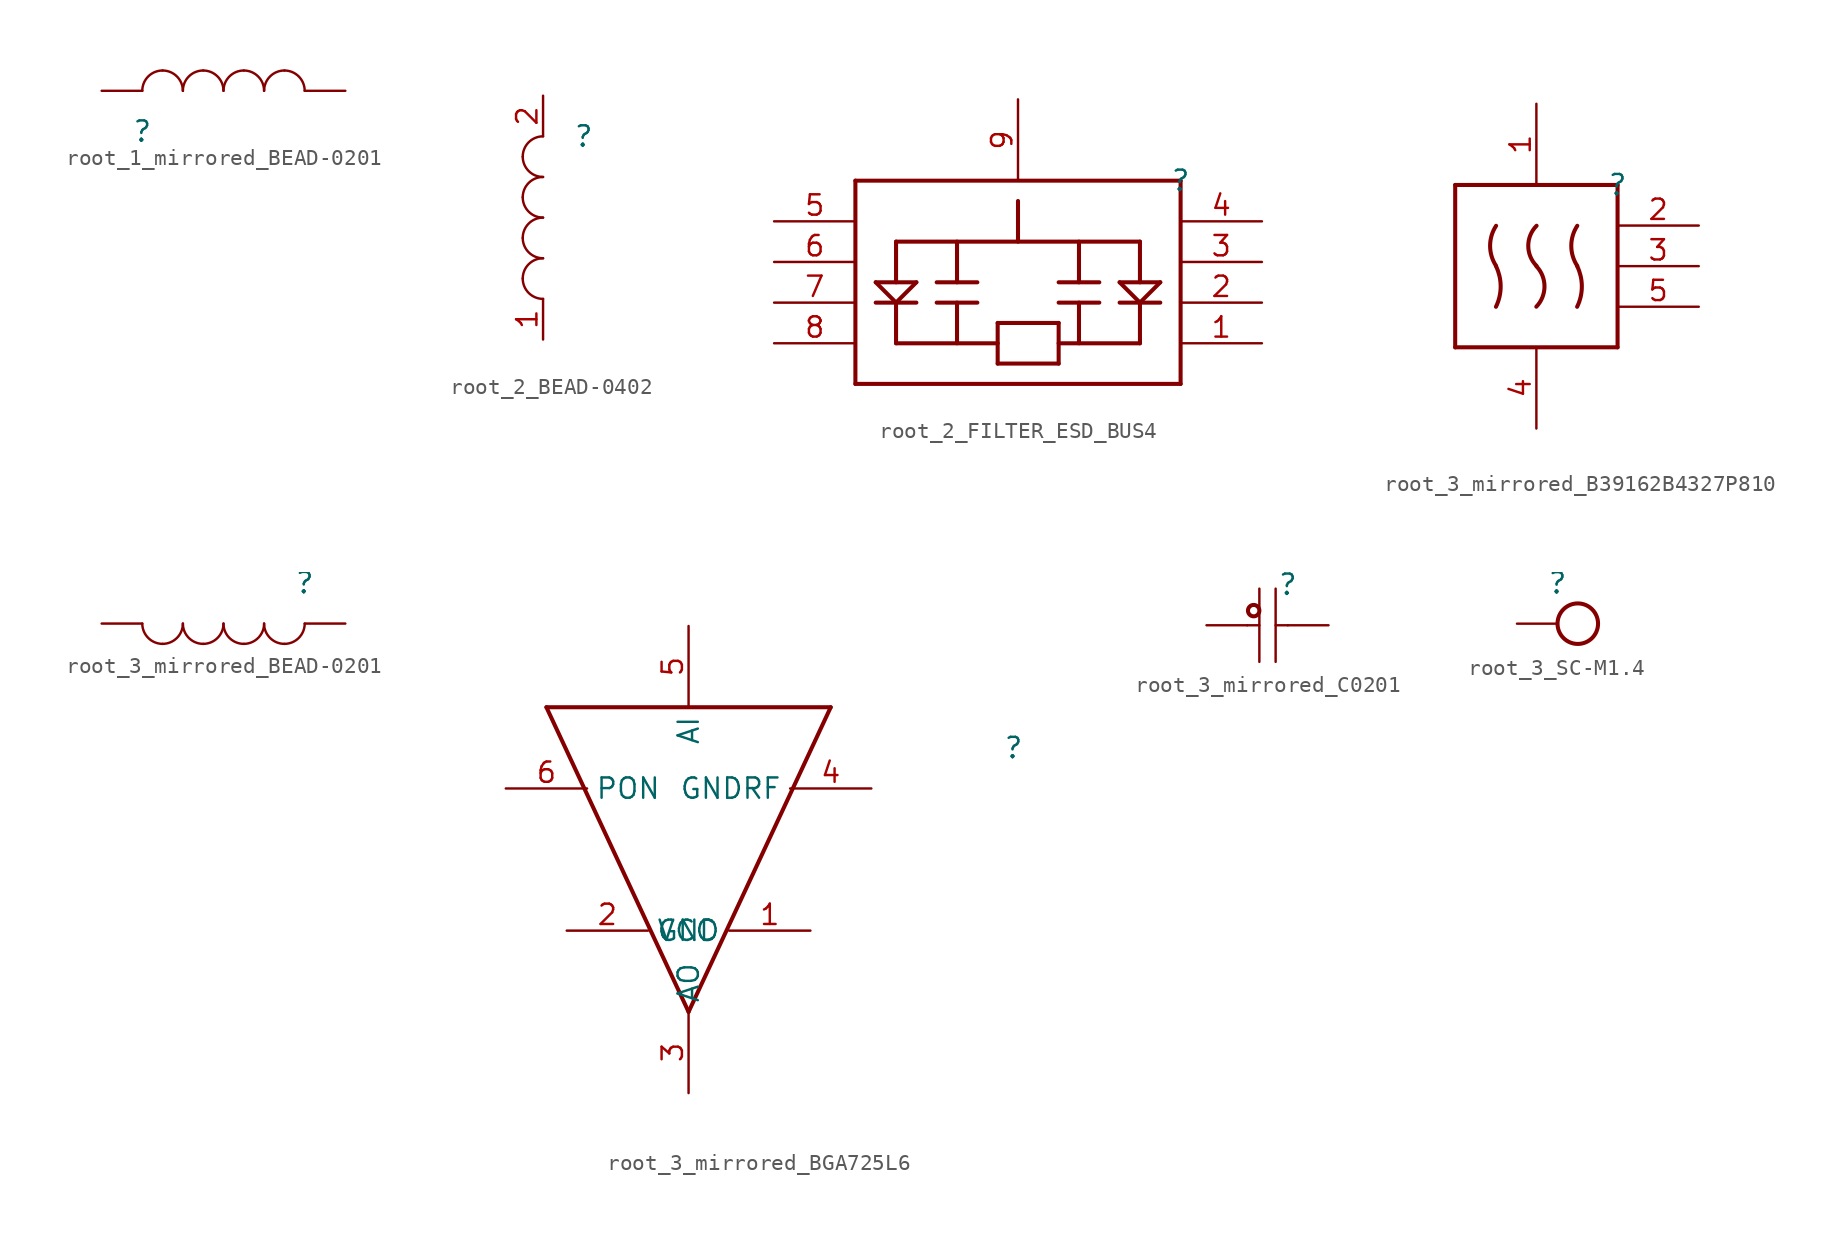
<source format=kicad_sym>
(kicad_symbol_lib
  (version 20220914)
  (generator kicad_symbol_editor)
  (symbol "root_1_mirrored_BEAD-0201"
    (property "Reference" ""
      (at 0 0 0)
      (effects (font (size 1.27 1.27))))
    (property "Value" ""
      (at 0 0 0)
      (effects (font (size 1.27 1.27))))
    (symbol "root_1_mirrored_BEAD-0201_1_0"
      (arc (start 1.27 3.81) (mid 0.372 3.438) (end 0 2.54) (stroke (width 0) (type solid)) (fill (type none)))
      (arc (start 2.54 2.54) (mid 2.168 3.438) (end 1.27 3.81) (stroke (width 0) (type solid)) (fill (type none)))
      (arc (start 3.81 3.81) (mid 2.912 3.438) (end 2.54 2.54) (stroke (width 0) (type solid)) (fill (type none)))
      (arc (start 5.08 2.54) (mid 4.708 3.438) (end 3.81 3.81) (stroke (width 0) (type solid)) (fill (type none)))
      (arc (start 6.35 3.81) (mid 5.452 3.438) (end 5.08 2.54) (stroke (width 0) (type solid)) (fill (type none)))
      (arc (start 7.62 2.54) (mid 7.248 3.438) (end 6.35 3.81) (stroke (width 0) (type solid)) (fill (type none)))
      (arc (start 8.89 3.81) (mid 7.992 3.438) (end 7.62 2.54) (stroke (width 0) (type solid)) (fill (type none)))
      (arc (start 10.16 2.54) (mid 9.788 3.438) (end 8.89 3.81) (stroke (width 0) (type solid)) (fill (type none)))
      (pin passive line (at 12.7 2.54 180) (length 2.54) (name "1" (effects (font (size 0 0)))) (number "1" (effects (font (size 0 0)))))
      (pin passive line (at -2.54 2.54 0) (length 2.54) (name "2" (effects (font (size 0 0)))) (number "2" (effects (font (size 0 0)))))))
  (symbol "root_2_BEAD-0402"
    (property "Reference" ""
      (at 0 0 0)
      (effects (font (size 1.27 1.27))))
    (property "Value" ""
      (at 0 0 0)
      (effects (font (size 1.27 1.27))))
    (symbol "root_2_BEAD-0402_1_0"
      (arc (start -3.81 -8.89) (mid -3.438 -9.788) (end -2.54 -10.16) (stroke (width 0) (type solid)) (fill (type none)))
      (arc (start -3.81 -6.35) (mid -3.438 -7.248) (end -2.54 -7.62) (stroke (width 0) (type solid)) (fill (type none)))
      (arc (start -3.81 -3.81) (mid -3.438 -4.708) (end -2.54 -5.08) (stroke (width 0) (type solid)) (fill (type none)))
      (arc (start -3.81 -1.27) (mid -3.438 -2.168) (end -2.54 -2.54) (stroke (width 0) (type solid)) (fill (type none)))
      (arc (start -2.54 -7.62) (mid -3.438 -7.992) (end -3.81 -8.89) (stroke (width 0) (type solid)) (fill (type none)))
      (arc (start -2.54 -5.08) (mid -3.438 -5.452) (end -3.81 -6.35) (stroke (width 0) (type solid)) (fill (type none)))
      (arc (start -2.54 -2.54) (mid -3.438 -2.912) (end -3.81 -3.81) (stroke (width 0) (type solid)) (fill (type none)))
      (arc (start -2.54 0) (mid -3.438 -0.372) (end -3.81 -1.27) (stroke (width 0) (type solid)) (fill (type none)))
      (pin passive line (at -2.54 -12.7 90) (length 2.54) (name "1" (effects (font (size 0 0)))) (number "1" (effects (font (size 1.27 1.27)))))
      (pin passive line (at -2.54 2.54 270) (length 2.54) (name "2" (effects (font (size 0 0)))) (number "2" (effects (font (size 1.27 1.27)))))))
  (symbol "root_2_FILTER_ESD_BUS4"
    (property "Reference" ""
      (at 0 0 0)
      (effects (font (size 1.27 1.27))))
    (property "Value" ""
      (at 0 0 0)
      (effects (font (size 1.27 1.27))))
    (symbol "root_2_FILTER_ESD_BUS4_1_0"
      (polyline (pts (xy -20.32 -12.7) (xy 0 -12.7)) (stroke (width 0.254) (type solid)) (fill (type none)))
      (polyline (pts (xy -20.32 0) (xy -20.32 -12.7)) (stroke (width 0.254) (type solid)) (fill (type none)))
      (polyline (pts (xy -19.05 -6.35) (xy -17.78 -7.62)) (stroke (width 0.254) (type solid)) (fill (type none)))
      (polyline (pts (xy -17.78 -10.16) (xy -17.78 -7.62)) (stroke (width 0.254) (type solid)) (fill (type none)))
      (polyline (pts (xy -17.78 -7.62) (xy -16.51 -6.35)) (stroke (width 0.254) (type solid)) (fill (type none)))
      (polyline (pts (xy -17.78 -3.81) (xy -17.78 -6.35)) (stroke (width 0.254) (type solid)) (fill (type none)))
      (polyline (pts (xy -16.51 -7.62) (xy -19.05 -7.62)) (stroke (width 0.254) (type solid)) (fill (type none)))
      (polyline (pts (xy -16.51 -6.35) (xy -19.05 -6.35)) (stroke (width 0.254) (type solid)) (fill (type none)))
      (polyline (pts (xy -13.97 -7.62) (xy -13.97 -10.16)) (stroke (width 0.254) (type solid)) (fill (type none)))
      (polyline (pts (xy -13.97 -6.35) (xy -13.97 -3.81)) (stroke (width 0.254) (type solid)) (fill (type none)))
      (polyline (pts (xy -12.7 -7.62) (xy -15.24 -7.62)) (stroke (width 0.254) (type solid)) (fill (type none)))
      (polyline (pts (xy -12.7 -6.35) (xy -15.24 -6.35)) (stroke (width 0.254) (type solid)) (fill (type none)))
      (polyline (pts (xy -11.43 -11.43) (xy -7.62 -11.43)) (stroke (width 0.254) (type solid)) (fill (type none)))
      (polyline (pts (xy -11.43 -10.16) (xy -17.78 -10.16)) (stroke (width 0.254) (type solid)) (fill (type none)))
      (polyline (pts (xy -11.43 -8.89) (xy -11.43 -11.43)) (stroke (width 0.254) (type solid)) (fill (type none)))
      (polyline (pts (xy -10.16 -3.81) (xy -10.16 -1.27)) (stroke (width 0.254) (type solid)) (fill (type none)))
      (polyline (pts (xy -7.62 -11.43) (xy -7.62 -8.89)) (stroke (width 0.254) (type solid)) (fill (type none)))
      (polyline (pts (xy -7.62 -8.89) (xy -11.43 -8.89)) (stroke (width 0.254) (type solid)) (fill (type none)))
      (polyline (pts (xy -6.35 -7.62) (xy -6.35 -10.16)) (stroke (width 0.254) (type solid)) (fill (type none)))
      (polyline (pts (xy -6.35 -6.35) (xy -6.35 -3.81)) (stroke (width 0.254) (type solid)) (fill (type none)))
      (polyline (pts (xy -5.08 -7.62) (xy -7.62 -7.62)) (stroke (width 0.254) (type solid)) (fill (type none)))
      (polyline (pts (xy -5.08 -6.35) (xy -7.62 -6.35)) (stroke (width 0.254) (type solid)) (fill (type none)))
      (polyline (pts (xy -3.81 -7.62) (xy -1.27 -7.62)) (stroke (width 0.254) (type solid)) (fill (type none)))
      (polyline (pts (xy -3.81 -6.35) (xy -2.54 -7.62)) (stroke (width 0.254) (type solid)) (fill (type none)))
      (polyline (pts (xy -2.54 -10.16) (xy -7.62 -10.16)) (stroke (width 0.254) (type solid)) (fill (type none)))
      (polyline (pts (xy -2.54 -7.62) (xy -2.54 -10.16)) (stroke (width 0.254) (type solid)) (fill (type none)))
      (polyline (pts (xy -2.54 -7.62) (xy -1.27 -6.35)) (stroke (width 0.254) (type solid)) (fill (type none)))
      (polyline (pts (xy -2.54 -6.35) (xy -2.54 -3.81)) (stroke (width 0.254) (type solid)) (fill (type none)))
      (polyline (pts (xy -2.54 -3.81) (xy -17.78 -3.81)) (stroke (width 0.254) (type solid)) (fill (type none)))
      (polyline (pts (xy -1.27 -6.35) (xy -3.81 -6.35)) (stroke (width 0.254) (type solid)) (fill (type none)))
      (polyline (pts (xy 0 -12.7) (xy 0 0)) (stroke (width 0.254) (type solid)) (fill (type none)))
      (polyline (pts (xy 0 0) (xy -20.32 0)) (stroke (width 0.254) (type solid)) (fill (type none)))
      (pin passive line (at 5.08 -10.16 180) (length 5.08) (name "1" (effects (font (size 0 0)))) (number "1" (effects (font (size 1.27 1.27)))))
      (pin passive line (at 5.08 -7.62 180) (length 5.08) (name "2" (effects (font (size 0 0)))) (number "2" (effects (font (size 1.27 1.27)))))
      (pin passive line (at 5.08 -5.08 180) (length 5.08) (name "3" (effects (font (size 0 0)))) (number "3" (effects (font (size 1.27 1.27)))))
      (pin passive line (at 5.08 -2.54 180) (length 5.08) (name "4" (effects (font (size 0 0)))) (number "4" (effects (font (size 1.27 1.27)))))
      (pin passive line (at -25.4 -2.54 0) (length 5.08) (name "5" (effects (font (size 0 0)))) (number "5" (effects (font (size 1.27 1.27)))))
      (pin passive line (at -25.4 -5.08 0) (length 5.08) (name "6" (effects (font (size 0 0)))) (number "6" (effects (font (size 1.27 1.27)))))
      (pin passive line (at -25.4 -7.62 0) (length 5.08) (name "7" (effects (font (size 0 0)))) (number "7" (effects (font (size 1.27 1.27)))))
      (pin passive line (at -25.4 -10.16 0) (length 5.08) (name "8" (effects (font (size 0 0)))) (number "8" (effects (font (size 1.27 1.27)))))
      (pin passive line (at -10.16 5.08 270) (length 5.08) (name "9" (effects (font (size 0 0)))) (number "9" (effects (font (size 1.27 1.27)))))))
  (symbol "root_3_mirrored_B39162B4327P810"
    (property "Reference" ""
      (at 0 0 0)
      (effects (font (size 1.27 1.27))))
    (property "Value" ""
      (at 0 0 0)
      (effects (font (size 1.27 1.27))))
    (symbol "root_3_mirrored_B39162B4327P810_1_0"
      (arc (start -7.6103 -7.6241) (mid -7.315 -6.35) (end -7.6103 -5.0759) (stroke (width 0.254) (type solid)) (fill (type none)))
      (arc (start -7.6007 -2.5549) (mid -7.9761 -3.81) (end -7.6007 -5.0651) (stroke (width 0.254) (type solid)) (fill (type none)))
      (arc (start -5.0831 -7.6182) (mid -4.572 -6.35) (end -5.0831 -5.0818) (stroke (width 0.254) (type solid)) (fill (type none)))
      (arc (start -5.0672 -2.5528) (mid -5.5879 -3.81) (end -5.0672 -5.0672) (stroke (width 0.254) (type solid)) (fill (type none)))
      (arc (start -2.5303 -7.6241) (mid -2.235 -6.35) (end -2.5303 -5.0759) (stroke (width 0.254) (type solid)) (fill (type none)))
      (arc (start -2.5207 -2.5549) (mid -2.8961 -3.81) (end -2.5207 -5.0651) (stroke (width 0.254) (type solid)) (fill (type none)))
      (polyline (pts (xy -10.16 -10.16) (xy -10.16 0)) (stroke (width 0.254) (type solid)) (fill (type none)))
      (polyline (pts (xy -10.16 0) (xy 0 0)) (stroke (width 0.254) (type solid)) (fill (type none)))
      (polyline (pts (xy 0 -10.16) (xy -10.16 -10.16)) (stroke (width 0.254) (type solid)) (fill (type none)))
      (polyline (pts (xy 0 0) (xy 0 -10.16)) (stroke (width 0.254) (type solid)) (fill (type none)))
      (pin passive line (at -5.08 5.08 270) (length 5.08) (name "1" (effects (font (size 0 0)))) (number "1" (effects (font (size 1.27 1.27)))))
      (pin passive line (at 5.08 -2.54 180) (length 5.08) (name "2" (effects (font (size 0 0)))) (number "2" (effects (font (size 1.27 1.27)))))
      (pin passive line (at 5.08 -5.08 180) (length 5.08) (name "3" (effects (font (size 0 0)))) (number "3" (effects (font (size 1.27 1.27)))))
      (pin passive line (at -5.08 -15.24 90) (length 5.08) (name "4" (effects (font (size 0 0)))) (number "4" (effects (font (size 1.27 1.27)))))
      (pin passive line (at 5.08 -7.62 180) (length 5.08) (name "5" (effects (font (size 0 0)))) (number "5" (effects (font (size 1.27 1.27)))))))
  (symbol "root_3_mirrored_BEAD-0201"
    (property "Reference" ""
      (at 0 0 0)
      (effects (font (size 1.27 1.27))))
    (property "Value" ""
      (at 0 0 0)
      (effects (font (size 1.27 1.27))))
    (symbol "root_3_mirrored_BEAD-0201_1_0"
      (arc (start -10.16 -2.54) (mid -9.788 -3.438) (end -8.89 -3.81) (stroke (width 0) (type solid)) (fill (type none)))
      (arc (start -8.89 -3.81) (mid -7.992 -3.438) (end -7.62 -2.54) (stroke (width 0) (type solid)) (fill (type none)))
      (arc (start -7.62 -2.54) (mid -7.248 -3.438) (end -6.35 -3.81) (stroke (width 0) (type solid)) (fill (type none)))
      (arc (start -6.35 -3.81) (mid -5.452 -3.438) (end -5.08 -2.54) (stroke (width 0) (type solid)) (fill (type none)))
      (arc (start -5.08 -2.54) (mid -4.708 -3.438) (end -3.81 -3.81) (stroke (width 0) (type solid)) (fill (type none)))
      (arc (start -3.81 -3.81) (mid -2.912 -3.438) (end -2.54 -2.54) (stroke (width 0) (type solid)) (fill (type none)))
      (arc (start -2.54 -2.54) (mid -2.168 -3.438) (end -1.27 -3.81) (stroke (width 0) (type solid)) (fill (type none)))
      (arc (start -1.27 -3.81) (mid -0.372 -3.438) (end 0 -2.54) (stroke (width 0) (type solid)) (fill (type none)))
      (pin passive line (at -12.7 -2.54 0) (length 2.54) (name "1" (effects (font (size 0 0)))) (number "1" (effects (font (size 0 0)))))
      (pin passive line (at 2.54 -2.54 180) (length 2.54) (name "2" (effects (font (size 0 0)))) (number "2" (effects (font (size 0 0)))))))
  (symbol "root_3_mirrored_BGA725L6"
    (property "Reference" ""
      (at 0 0 0)
      (effects (font (size 1.27 1.27))))
    (property "Value" ""
      (at 0 0 0)
      (effects (font (size 1.27 1.27))))
    (symbol "root_3_mirrored_BGA725L6_1_0"
      (polyline (pts (xy -29.21 2.54) (xy -11.43 2.54)) (stroke (width 0.254) (type solid)) (fill (type none)))
      (polyline (pts (xy -20.32 -16.51) (xy -29.21 2.54)) (stroke (width 0.254) (type solid)) (fill (type none)))
      (polyline (pts (xy -11.43 2.54) (xy -20.32 -16.51)) (stroke (width 0.254) (type solid)) (fill (type none)))
      (pin passive line (at -12.7 -11.43 180) (length 5.08) (name "GND" (effects (font (size 1.27 1.27)))) (number "1" (effects (font (size 1.27 1.27)))))
      (pin passive line (at -27.94 -11.43 0) (length 5.08) (name "VCC" (effects (font (size 1.27 1.27)))) (number "2" (effects (font (size 1.27 1.27)))))
      (pin passive line (at -20.32 -21.59 90) (length 5.08) (name "AO" (effects (font (size 1.27 1.27)))) (number "3" (effects (font (size 1.27 1.27)))))
      (pin passive line (at -8.89 -2.54 180) (length 5.08) (name "GNDRF" (effects (font (size 1.27 1.27)))) (number "4" (effects (font (size 1.27 1.27)))))
      (pin passive line (at -20.32 7.62 270) (length 5.08) (name "AI" (effects (font (size 1.27 1.27)))) (number "5" (effects (font (size 1.27 1.27)))))
      (pin passive line (at -31.75 -2.54 0) (length 5.08) (name "PON" (effects (font (size 1.27 1.27)))) (number "6" (effects (font (size 1.27 1.27)))))))
  (symbol "root_3_mirrored_C0201"
    (property "Reference" ""
      (at 0 0 0)
      (effects (font (size 1.27 1.27))))
    (property "Value" ""
      (at 0 0 0)
      (effects (font (size 1.27 1.27))))
    (symbol "root_3_mirrored_C0201_1_0"
      (circle (center -2.134 -1.626) (radius 0.356) (stroke (width 0.254) (type solid)) (fill (type none)))
      (polyline (pts (xy -2.54 -2.54) (xy -1.778 -2.54)) (stroke (width 0) (type solid)) (fill (type none)))
      (polyline (pts (xy -1.778 -0.254) (xy -1.778 -4.826)) (stroke (width 0) (type solid)) (fill (type none)))
      (polyline (pts (xy -0.762 -0.254) (xy -0.762 -4.826)) (stroke (width 0) (type solid)) (fill (type none)))
      (polyline (pts (xy 0 -2.54) (xy -0.762 -2.54)) (stroke (width 0) (type solid)) (fill (type none)))
      (pin passive line (at -5.08 -2.54 0) (length 2.54) (name "1" (effects (font (size 0 0)))) (number "1" (effects (font (size 0 0)))))
      (pin passive line (at 2.54 -2.54 180) (length 2.54) (name "2" (effects (font (size 0 0)))) (number "2" (effects (font (size 0 0)))))))
  (symbol "root_3_SC-M1.4"
    (property "Reference" ""
      (at 0 0 0)
      (effects (font (size 1.27 1.27))))
    (property "Value" ""
      (at 0 0 0)
      (effects (font (size 1.27 1.27))))
    (symbol "root_3_SC-M1.4_1_0"
      (circle (center 1.27 -2.54) (radius 1.27) (stroke (width 0.254) (type solid)) (fill (type none)))
      (pin passive line (at -2.54 -2.54 0) (length 2.54) (name "PIN1" (effects (font (size 0 0)))) (number "1" (effects (font (size 0 0))))))))
</source>
